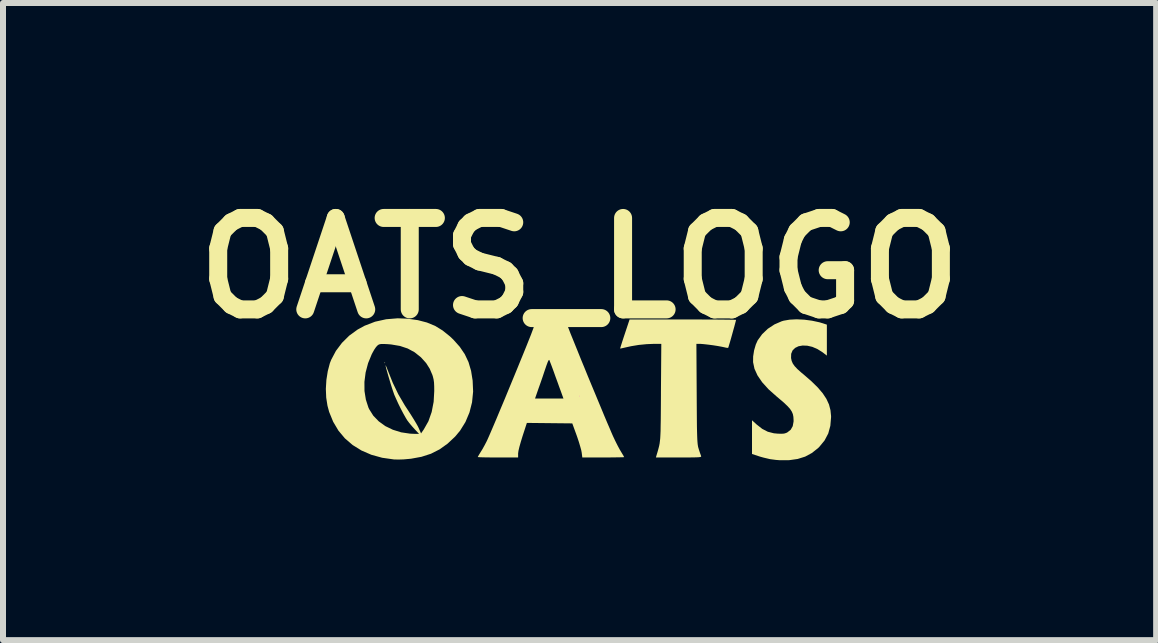
<source format=kicad_pcb>
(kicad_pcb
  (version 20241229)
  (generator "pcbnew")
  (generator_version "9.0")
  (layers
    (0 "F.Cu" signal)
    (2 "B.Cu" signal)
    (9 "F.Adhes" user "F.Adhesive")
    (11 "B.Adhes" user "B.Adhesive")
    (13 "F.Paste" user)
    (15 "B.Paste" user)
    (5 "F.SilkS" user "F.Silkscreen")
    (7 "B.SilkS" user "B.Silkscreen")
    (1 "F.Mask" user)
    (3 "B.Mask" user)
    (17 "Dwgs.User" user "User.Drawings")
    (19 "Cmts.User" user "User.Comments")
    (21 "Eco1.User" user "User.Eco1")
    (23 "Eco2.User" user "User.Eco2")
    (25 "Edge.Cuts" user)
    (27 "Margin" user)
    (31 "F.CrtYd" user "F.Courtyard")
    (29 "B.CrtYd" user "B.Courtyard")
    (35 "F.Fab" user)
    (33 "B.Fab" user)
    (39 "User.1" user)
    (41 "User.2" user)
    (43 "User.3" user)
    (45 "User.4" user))
  (footprint "OATS_LOGO"
    (layer "F.Cu")
    (at 6.611 3.552)
    (property "Reference" "OATS_LOGO" (at 0 -2.134 0) (layer "F.SilkS") (effects (font (size 1.524 1.524) (thickness 0.3))))
    (attr exclude_from_pos_files exclude_from_bom)
    (fp_poly (pts (xy -3.24 -0.554) (xy -3.247 -0.547) (xy -3.254 -0.554) (xy -3.247 -0.561)) (stroke (width 0) (type solid)) (fill yes) (layer "F.SilkS"))
    (fp_poly (pts (xy 3.745 -1.273) (xy 3.875 -1.256) (xy 4 -1.229) (xy 4.057 -1.212) (xy 4.123 -1.19) (xy 4.123 -0.674) (xy 4.05 -0.73) (xy 3.966 -0.783) (xy 3.88 -0.82) (xy 3.797 -0.839) (xy 3.719 -0.842) (xy 3.65 -0.83) (xy 3.593 -0.802) (xy 3.551 -0.76) (xy 3.528 -0.704) (xy 3.526 -0.635) (xy 3.526 -0.634) (xy 3.536 -0.586) (xy 3.555 -0.542) (xy 3.586 -0.498) (xy 3.632 -0.449) (xy 3.697 -0.391) (xy 3.736 -0.359) (xy 3.865 -0.247) (xy 3.97 -0.144) (xy 4.053 -0.047) (xy 4.115 0.047) (xy 4.158 0.14) (xy 4.183 0.235) (xy 4.193 0.334) (xy 4.193 0.354) (xy 4.181 0.496) (xy 4.146 0.624) (xy 4.085 0.74) (xy 3.999 0.845) (xy 3.975 0.869) (xy 3.872 0.95) (xy 3.761 1.01) (xy 3.636 1.049) (xy 3.496 1.069) (xy 3.339 1.07) (xy 3.275 1.065) (xy 3.176 1.052) (xy 3.07 1.027) (xy 3.012 1.011) (xy 2.875 0.966) (xy 2.875 0.404) (xy 2.952 0.474) (xy 3.045 0.547) (xy 3.138 0.595) (xy 3.239 0.621) (xy 3.303 0.627) (xy 3.366 0.629) (xy 3.409 0.626) (xy 3.443 0.616) (xy 3.464 0.606) (xy 3.52 0.562) (xy 3.554 0.502) (xy 3.568 0.424) (xy 3.568 0.4) (xy 3.565 0.347) (xy 3.556 0.301) (xy 3.537 0.257) (xy 3.508 0.213) (xy 3.464 0.165) (xy 3.404 0.108) (xy 3.324 0.04) (xy 3.286 0.008) (xy 3.151 -0.112) (xy 3.045 -0.229) (xy 2.967 -0.343) (xy 2.916 -0.455) (xy 2.893 -0.564) (xy 2.893 -0.565) (xy 2.894 -0.66) (xy 2.91 -0.762) (xy 2.938 -0.858) (xy 2.97 -0.929) (xy 3.044 -1.031) (xy 3.138 -1.121) (xy 3.249 -1.194) (xy 3.369 -1.246) (xy 3.402 -1.256) (xy 3.501 -1.273) (xy 3.618 -1.279)) (stroke (width 0) (type solid)) (fill yes) (layer "F.SilkS"))
    (fp_poly (pts (xy 1.876 -1.276) (xy 2.023 -1.276) (xy 2.158 -1.275) (xy 2.28 -1.275) (xy 2.386 -1.274) (xy 2.475 -1.273) (xy 2.543 -1.272) (xy 2.588 -1.271) (xy 2.608 -1.27) (xy 2.609 -1.269) (xy 2.605 -1.252) (xy 2.595 -1.214) (xy 2.581 -1.161) (xy 2.563 -1.097) (xy 2.544 -1.028) (xy 2.525 -0.96) (xy 2.507 -0.898) (xy 2.492 -0.848) (xy 2.482 -0.815) (xy 2.478 -0.804) (xy 2.461 -0.803) (xy 2.429 -0.809) (xy 2.417 -0.812) (xy 2.369 -0.822) (xy 2.304 -0.834) (xy 2.228 -0.846) (xy 2.152 -0.856) (xy 2.082 -0.864) (xy 2.027 -0.869) (xy 2.007 -0.87) (xy 1.948 -0.87) (xy 1.953 -0.039) (xy 1.954 0.136) (xy 1.955 0.284) (xy 1.956 0.409) (xy 1.957 0.513) (xy 1.959 0.598) (xy 1.961 0.667) (xy 1.963 0.722) (xy 1.966 0.766) (xy 1.969 0.8) (xy 1.973 0.827) (xy 1.977 0.85) (xy 1.983 0.87) (xy 1.987 0.884) (xy 2.003 0.934) (xy 2.018 0.976) (xy 2.026 0.999) (xy 2.028 1.007) (xy 2.024 1.012) (xy 2.011 1.017) (xy 1.986 1.02) (xy 1.947 1.022) (xy 1.89 1.023) (xy 1.813 1.024) (xy 1.711 1.024) (xy 1.655 1.024) (xy 1.273 1.024) (xy 1.282 0.992) (xy 1.297 0.943) (xy 1.309 0.901) (xy 1.319 0.863) (xy 1.328 0.827) (xy 1.335 0.791) (xy 1.34 0.75) (xy 1.345 0.704) (xy 1.348 0.649) (xy 1.351 0.582) (xy 1.352 0.502) (xy 1.354 0.404) (xy 1.355 0.287) (xy 1.356 0.148) (xy 1.357 -0.015) (xy 1.357 -0.06) (xy 1.363 -0.87) (xy 1.246 -0.87) (xy 1.12 -0.865) (xy 0.987 -0.852) (xy 0.86 -0.831) (xy 0.779 -0.813) (xy 0.73 -0.802) (xy 0.694 -0.794) (xy 0.677 -0.791) (xy 0.677 -0.791) (xy 0.68 -0.805) (xy 0.691 -0.841) (xy 0.708 -0.895) (xy 0.73 -0.963) (xy 0.754 -1.035) (xy 0.834 -1.276) (xy 1.721 -1.276)) (stroke (width 0) (type solid)) (fill yes) (layer "F.SilkS"))
    (fp_poly (pts (xy -0.206 -1.189) (xy -0.197 -1.162) (xy -0.177 -1.112) (xy -0.15 -1.041) (xy -0.114 -0.953) (xy -0.072 -0.849) (xy -0.025 -0.733) (xy 0.026 -0.606) (xy 0.081 -0.473) (xy 0.137 -0.335) (xy 0.195 -0.195) (xy 0.253 -0.056) (xy 0.309 0.079) (xy 0.363 0.209) (xy 0.413 0.33) (xy 0.459 0.439) (xy 0.5 0.534) (xy 0.533 0.612) (xy 0.559 0.671) (xy 0.56 0.673) (xy 0.594 0.745) (xy 0.631 0.819) (xy 0.666 0.885) (xy 0.685 0.917) (xy 0.712 0.962) (xy 0.733 0.997) (xy 0.743 1.017) (xy 0.743 1.018) (xy 0.73 1.02) (xy 0.692 1.021) (xy 0.634 1.022) (xy 0.559 1.023) (xy 0.471 1.024) (xy 0.395 1.024) (xy 0.046 1.024) (xy 0.036 0.943) (xy 0.028 0.901) (xy 0.011 0.84) (xy -0.011 0.766) (xy -0.037 0.688) (xy -0.047 0.659) (xy -0.121 0.456) (xy -0.499 0.452) (xy -0.878 0.448) (xy -0.951 0.672) (xy -0.98 0.767) (xy -1.003 0.849) (xy -1.018 0.913) (xy -1.024 0.957) (xy -1.024 0.96) (xy -1.024 1.024) (xy -1.36 1.024) (xy -1.454 1.024) (xy -1.538 1.023) (xy -1.608 1.022) (xy -1.66 1.02) (xy -1.691 1.018) (xy -1.697 1.017) (xy -1.69 1.003) (xy -1.672 0.972) (xy -1.65 0.936) (xy -1.619 0.886) (xy -1.584 0.823) (xy -1.552 0.762) (xy -1.551 0.76) (xy -1.533 0.722) (xy -1.506 0.661) (xy -1.471 0.58) (xy -1.429 0.482) (xy -1.381 0.369) (xy -1.329 0.244) (xy -1.273 0.111) (xy -1.244 0.042) (xy -0.742 0.042) (xy -0.268 0.042) (xy -0.315 -0.088) (xy -0.339 -0.153) (xy -0.368 -0.234) (xy -0.4 -0.321) (xy -0.428 -0.4) (xy -0.453 -0.468) (xy -0.475 -0.527) (xy -0.493 -0.573) (xy -0.503 -0.599) (xy -0.505 -0.602) (xy -0.514 -0.599) (xy -0.529 -0.57) (xy -0.549 -0.517) (xy -0.561 -0.482) (xy -0.584 -0.415) (xy -0.612 -0.331) (xy -0.643 -0.241) (xy -0.673 -0.156) (xy -0.675 -0.151) (xy -0.742 0.042) (xy -1.244 0.042) (xy -1.215 -0.029) (xy -1.156 -0.172) (xy -1.097 -0.315) (xy -1.039 -0.456) (xy -0.984 -0.591) (xy -0.932 -0.718) (xy -0.885 -0.834) (xy -0.844 -0.937) (xy -0.81 -1.022) (xy -0.785 -1.089) (xy -0.769 -1.132) (xy -0.767 -1.139) (xy -0.722 -1.275) (xy -0.477 -1.276) (xy -0.231 -1.276)) (stroke (width 0) (type solid)) (fill yes) (layer "F.SilkS"))
    (fp_poly (pts (xy -2.865 -1.289) (xy -2.695 -1.265) (xy -2.545 -1.226) (xy -2.409 -1.17) (xy -2.283 -1.093) (xy -2.161 -0.995) (xy -2.103 -0.94) (xy -1.996 -0.82) (xy -1.913 -0.697) (xy -1.851 -0.566) (xy -1.808 -0.42) (xy -1.782 -0.258) (xy -1.774 -0.074) (xy -1.792 0.105) (xy -1.835 0.274) (xy -1.902 0.433) (xy -1.992 0.578) (xy -2.074 0.676) (xy -2.2 0.794) (xy -2.333 0.889) (xy -2.477 0.962) (xy -2.635 1.013) (xy -2.81 1.045) (xy -2.931 1.056) (xy -2.992 1.058) (xy -3.05 1.058) (xy -3.093 1.057) (xy -3.29 1.029) (xy -3.471 0.979) (xy -3.635 0.908) (xy -3.782 0.817) (xy -3.911 0.706) (xy -4.019 0.577) (xy -4.107 0.429) (xy -4.174 0.265) (xy -4.202 0.161) (xy -4.223 0.027) (xy -4.229 -0.119) (xy -4.222 -0.237) (xy -3.586 -0.237) (xy -3.585 -0.084) (xy -3.562 0.06) (xy -3.519 0.193) (xy -3.506 0.22) (xy -3.438 0.328) (xy -3.347 0.422) (xy -3.238 0.501) (xy -3.112 0.562) (xy -2.974 0.605) (xy -2.826 0.627) (xy -2.764 0.63) (xy -2.675 0.631) (xy -2.751 0.55) (xy -2.795 0.501) (xy -2.838 0.45) (xy -2.87 0.407) (xy -2.871 0.407) (xy -2.901 0.357) (xy -2.939 0.289) (xy -2.981 0.209) (xy -3.022 0.126) (xy -3.058 0.047) (xy -3.088 -0.021) (xy -3.094 -0.038) (xy -3.109 -0.081) (xy -3.128 -0.138) (xy -3.149 -0.205) (xy -3.17 -0.276) (xy -3.191 -0.347) (xy -3.209 -0.411) (xy -3.224 -0.464) (xy -3.232 -0.5) (xy -3.234 -0.515) (xy -3.234 -0.515) (xy -3.228 -0.505) (xy -3.215 -0.476) (xy -3.198 -0.432) (xy -3.198 -0.432) (xy -3.114 -0.222) (xy -3.022 -0.031) (xy -2.914 0.154) (xy -2.868 0.224) (xy -2.818 0.301) (xy -2.771 0.376) (xy -2.73 0.444) (xy -2.698 0.5) (xy -2.682 0.532) (xy -2.642 0.623) (xy -2.596 0.556) (xy -2.519 0.42) (xy -2.465 0.266) (xy -2.432 0.096) (xy -2.422 -0.084) (xy -2.423 -0.166) (xy -2.426 -0.227) (xy -2.433 -0.277) (xy -2.444 -0.322) (xy -2.453 -0.351) (xy -2.498 -0.456) (xy -2.557 -0.549) (xy -2.636 -0.637) (xy -2.648 -0.649) (xy -2.75 -0.73) (xy -2.864 -0.792) (xy -2.993 -0.835) (xy -3.141 -0.86) (xy -3.201 -0.865) (xy -3.264 -0.868) (xy -3.305 -0.868) (xy -3.333 -0.863) (xy -3.354 -0.854) (xy -3.369 -0.842) (xy -3.393 -0.816) (xy -3.423 -0.772) (xy -3.453 -0.718) (xy -3.464 -0.697) (xy -3.525 -0.548) (xy -3.566 -0.393) (xy -3.586 -0.237) (xy -4.222 -0.237) (xy -4.22 -0.269) (xy -4.197 -0.415) (xy -4.162 -0.548) (xy -4.139 -0.606) (xy -4.061 -0.753) (xy -3.96 -0.887) (xy -3.839 -1.007) (xy -3.7 -1.108) (xy -3.583 -1.172) (xy -3.409 -1.239) (xy -3.224 -1.28) (xy -3.031 -1.296)) (stroke (width 0) (type solid)) (fill yes) (layer "F.SilkS"))
    (fp_circle (center 0 0) (end 0.000001 0) (stroke (width 0.005) (type solid)) (fill no) (layer "F.CrtYd")))
  (gr_rect
    (start -3 -3)
    (end 16.223 7.621)
    (stroke (width 0.1) (type default))
    (fill no)
    (layer "Edge.Cuts")))
</source>
